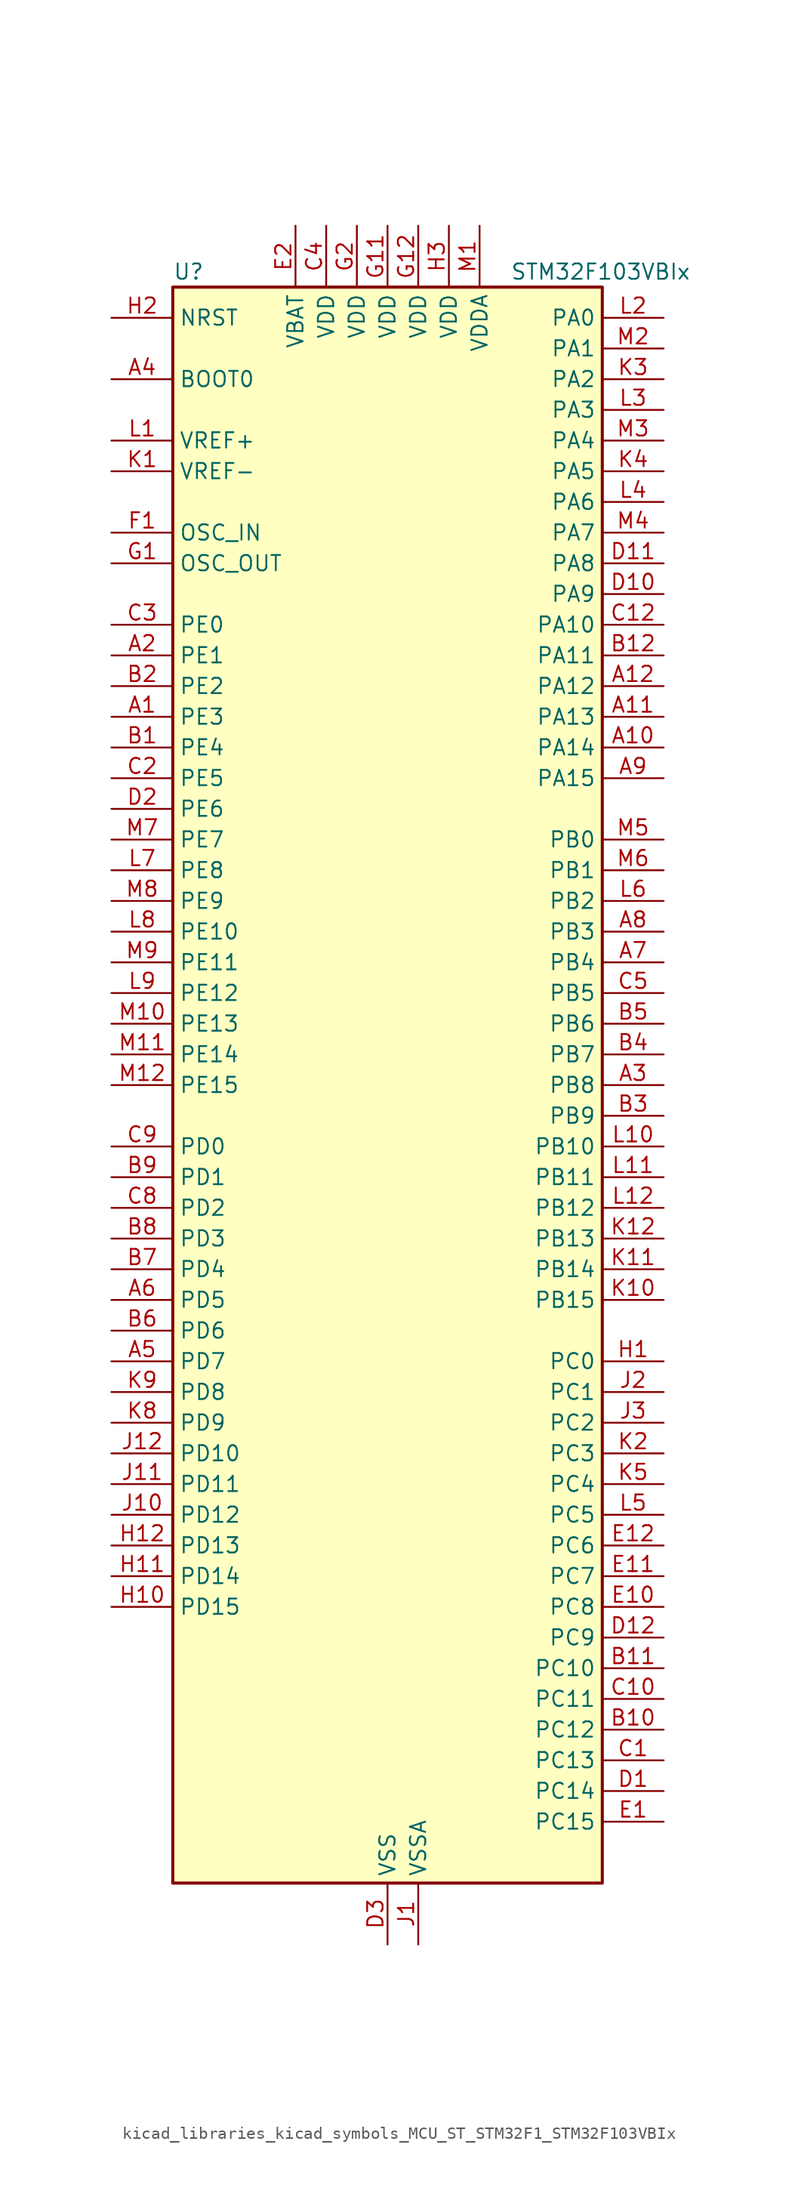
<source format=kicad_sym>
(kicad_symbol_lib
  (version 20220914)
  (generator kicad_symbol_editor)
  (symbol "kicad_libraries_kicad_symbols_MCU_ST_STM32F1_STM32F103VBIx"
    (property "Reference" "U"
      (at -17.78 67.31 0)
      (effects (font (size 1.27 1.27)) (justify left)))
    (property "Value" "STM32F103VBIx"
      (at 10.16 67.31 0)
      (effects (font (size 1.27 1.27)) (justify left)))
    (property "ki_locked" ""
      (at 0 0 0)
      (effects (font (size 1.27 1.27))))
    (symbol "kicad_libraries_kicad_symbols_MCU_ST_STM32F1_STM32F103VBIx_0_1"
      (rectangle (start -17.78 -66.04) (end 17.78 66.04) (stroke (width 0.254) (type default)) (fill (type background))))
    (symbol "kicad_libraries_kicad_symbols_MCU_ST_STM32F1_STM32F103VBIx_1_1"
      (pin bidirectional line (at -22.86 30.48 0) (length 5.08) (name "PE3" (effects (font (size 1.27 1.27)))) (number "A1" (effects (font (size 1.27 1.27)))) (alternate "SYS_TRACED0" bidirectional line))
      (pin bidirectional line (at 22.86 27.94 180) (length 5.08) (name "PA14" (effects (font (size 1.27 1.27)))) (number "A10" (effects (font (size 1.27 1.27)))) (alternate "SYS_JTCK-SWCLK" bidirectional line))
      (pin bidirectional line (at 22.86 30.48 180) (length 5.08) (name "PA13" (effects (font (size 1.27 1.27)))) (number "A11" (effects (font (size 1.27 1.27)))) (alternate "SYS_JTMS-SWDIO" bidirectional line))
      (pin bidirectional line (at 22.86 33.02 180) (length 5.08) (name "PA12" (effects (font (size 1.27 1.27)))) (number "A12" (effects (font (size 1.27 1.27)))) (alternate "CAN_TX" bidirectional line) (alternate "TIM1_ETR" bidirectional line) (alternate "USART1_RTS" bidirectional line) (alternate "USB_DP" bidirectional line))
      (pin bidirectional line (at -22.86 35.56 0) (length 5.08) (name "PE1" (effects (font (size 1.27 1.27)))) (number "A2" (effects (font (size 1.27 1.27)))))
      (pin bidirectional line (at 22.86 0 180) (length 5.08) (name "PB8" (effects (font (size 1.27 1.27)))) (number "A3" (effects (font (size 1.27 1.27)))) (alternate "CAN_RX" bidirectional line) (alternate "I2C1_SCL" bidirectional line) (alternate "TIM4_CH3" bidirectional line))
      (pin input line (at -22.86 58.42 0) (length 5.08) (name "BOOT0" (effects (font (size 1.27 1.27)))) (number "A4" (effects (font (size 1.27 1.27)))))
      (pin bidirectional line (at -22.86 -22.86 0) (length 5.08) (name "PD7" (effects (font (size 1.27 1.27)))) (number "A5" (effects (font (size 1.27 1.27)))) (alternate "USART2_CK" bidirectional line))
      (pin bidirectional line (at -22.86 -17.78 0) (length 5.08) (name "PD5" (effects (font (size 1.27 1.27)))) (number "A6" (effects (font (size 1.27 1.27)))) (alternate "USART2_TX" bidirectional line))
      (pin bidirectional line (at 22.86 10.16 180) (length 5.08) (name "PB4" (effects (font (size 1.27 1.27)))) (number "A7" (effects (font (size 1.27 1.27)))) (alternate "SPI1_MISO" bidirectional line) (alternate "SYS_NJTRST" bidirectional line) (alternate "TIM3_CH1" bidirectional line))
      (pin bidirectional line (at 22.86 12.7 180) (length 5.08) (name "PB3" (effects (font (size 1.27 1.27)))) (number "A8" (effects (font (size 1.27 1.27)))) (alternate "SPI1_SCK" bidirectional line) (alternate "SYS_JTDO-TRACESWO" bidirectional line) (alternate "TIM2_CH2" bidirectional line))
      (pin bidirectional line (at 22.86 25.4 180) (length 5.08) (name "PA15" (effects (font (size 1.27 1.27)))) (number "A9" (effects (font (size 1.27 1.27)))) (alternate "ADC1_EXTI15" bidirectional line) (alternate "ADC2_EXTI15" bidirectional line) (alternate "SPI1_NSS" bidirectional line) (alternate "SYS_JTDI" bidirectional line) (alternate "TIM2_CH1" bidirectional line) (alternate "TIM2_ETR" bidirectional line))
      (pin bidirectional line (at -22.86 27.94 0) (length 5.08) (name "PE4" (effects (font (size 1.27 1.27)))) (number "B1" (effects (font (size 1.27 1.27)))) (alternate "SYS_TRACED1" bidirectional line))
      (pin bidirectional line (at 22.86 -53.34 180) (length 5.08) (name "PC12" (effects (font (size 1.27 1.27)))) (number "B10" (effects (font (size 1.27 1.27)))) (alternate "USART3_CK" bidirectional line))
      (pin bidirectional line (at 22.86 -48.26 180) (length 5.08) (name "PC10" (effects (font (size 1.27 1.27)))) (number "B11" (effects (font (size 1.27 1.27)))) (alternate "USART3_TX" bidirectional line))
      (pin bidirectional line (at 22.86 35.56 180) (length 5.08) (name "PA11" (effects (font (size 1.27 1.27)))) (number "B12" (effects (font (size 1.27 1.27)))) (alternate "ADC1_EXTI11" bidirectional line) (alternate "ADC2_EXTI11" bidirectional line) (alternate "CAN_RX" bidirectional line) (alternate "TIM1_CH4" bidirectional line) (alternate "USART1_CTS" bidirectional line) (alternate "USB_DM" bidirectional line))
      (pin bidirectional line (at -22.86 33.02 0) (length 5.08) (name "PE2" (effects (font (size 1.27 1.27)))) (number "B2" (effects (font (size 1.27 1.27)))) (alternate "SYS_TRACECLK" bidirectional line))
      (pin bidirectional line (at 22.86 -2.54 180) (length 5.08) (name "PB9" (effects (font (size 1.27 1.27)))) (number "B3" (effects (font (size 1.27 1.27)))) (alternate "CAN_TX" bidirectional line) (alternate "I2C1_SDA" bidirectional line) (alternate "TIM4_CH4" bidirectional line))
      (pin bidirectional line (at 22.86 2.54 180) (length 5.08) (name "PB7" (effects (font (size 1.27 1.27)))) (number "B4" (effects (font (size 1.27 1.27)))) (alternate "I2C1_SDA" bidirectional line) (alternate "TIM4_CH2" bidirectional line) (alternate "USART1_RX" bidirectional line))
      (pin bidirectional line (at 22.86 5.08 180) (length 5.08) (name "PB6" (effects (font (size 1.27 1.27)))) (number "B5" (effects (font (size 1.27 1.27)))) (alternate "I2C1_SCL" bidirectional line) (alternate "TIM4_CH1" bidirectional line) (alternate "USART1_TX" bidirectional line))
      (pin bidirectional line (at -22.86 -20.32 0) (length 5.08) (name "PD6" (effects (font (size 1.27 1.27)))) (number "B6" (effects (font (size 1.27 1.27)))) (alternate "USART2_RX" bidirectional line))
      (pin bidirectional line (at -22.86 -15.24 0) (length 5.08) (name "PD4" (effects (font (size 1.27 1.27)))) (number "B7" (effects (font (size 1.27 1.27)))) (alternate "USART2_RTS" bidirectional line))
      (pin bidirectional line (at -22.86 -12.7 0) (length 5.08) (name "PD3" (effects (font (size 1.27 1.27)))) (number "B8" (effects (font (size 1.27 1.27)))) (alternate "USART2_CTS" bidirectional line))
      (pin bidirectional line (at -22.86 -7.62 0) (length 5.08) (name "PD1" (effects (font (size 1.27 1.27)))) (number "B9" (effects (font (size 1.27 1.27)))) (alternate "CAN_TX" bidirectional line))
      (pin bidirectional line (at 22.86 -55.88 180) (length 5.08) (name "PC13" (effects (font (size 1.27 1.27)))) (number "C1" (effects (font (size 1.27 1.27)))) (alternate "RTC_OUT" bidirectional line) (alternate "RTC_TAMPER" bidirectional line))
      (pin bidirectional line (at 22.86 -50.8 180) (length 5.08) (name "PC11" (effects (font (size 1.27 1.27)))) (number "C10" (effects (font (size 1.27 1.27)))) (alternate "ADC1_EXTI11" bidirectional line) (alternate "ADC2_EXTI11" bidirectional line) (alternate "USART3_RX" bidirectional line))
      (pin no_connect line (at -17.78 -66.04 0) (length 5.08) hide (name "NC" (effects (font (size 1.27 1.27)))) (number "C11" (effects (font (size 1.27 1.27)))))
      (pin bidirectional line (at 22.86 38.1 180) (length 5.08) (name "PA10" (effects (font (size 1.27 1.27)))) (number "C12" (effects (font (size 1.27 1.27)))) (alternate "TIM1_CH3" bidirectional line) (alternate "USART1_RX" bidirectional line))
      (pin bidirectional line (at -22.86 25.4 0) (length 5.08) (name "PE5" (effects (font (size 1.27 1.27)))) (number "C2" (effects (font (size 1.27 1.27)))) (alternate "SYS_TRACED2" bidirectional line))
      (pin bidirectional line (at -22.86 38.1 0) (length 5.08) (name "PE0" (effects (font (size 1.27 1.27)))) (number "C3" (effects (font (size 1.27 1.27)))) (alternate "TIM4_ETR" bidirectional line))
      (pin power_in line (at -5.08 71.12 270) (length 5.08) (name "VDD" (effects (font (size 1.27 1.27)))) (number "C4" (effects (font (size 1.27 1.27)))))
      (pin bidirectional line (at 22.86 7.62 180) (length 5.08) (name "PB5" (effects (font (size 1.27 1.27)))) (number "C5" (effects (font (size 1.27 1.27)))) (alternate "I2C1_SMBA" bidirectional line) (alternate "SPI1_MOSI" bidirectional line) (alternate "TIM3_CH2" bidirectional line))
      (pin bidirectional line (at -22.86 -10.16 0) (length 5.08) (name "PD2" (effects (font (size 1.27 1.27)))) (number "C8" (effects (font (size 1.27 1.27)))) (alternate "TIM3_ETR" bidirectional line))
      (pin bidirectional line (at -22.86 -5.08 0) (length 5.08) (name "PD0" (effects (font (size 1.27 1.27)))) (number "C9" (effects (font (size 1.27 1.27)))) (alternate "CAN_RX" bidirectional line))
      (pin bidirectional line (at 22.86 -58.42 180) (length 5.08) (name "PC14" (effects (font (size 1.27 1.27)))) (number "D1" (effects (font (size 1.27 1.27)))) (alternate "RCC_OSC32_IN" bidirectional line))
      (pin bidirectional line (at 22.86 40.64 180) (length 5.08) (name "PA9" (effects (font (size 1.27 1.27)))) (number "D10" (effects (font (size 1.27 1.27)))) (alternate "TIM1_CH2" bidirectional line) (alternate "USART1_TX" bidirectional line))
      (pin bidirectional line (at 22.86 43.18 180) (length 5.08) (name "PA8" (effects (font (size 1.27 1.27)))) (number "D11" (effects (font (size 1.27 1.27)))) (alternate "RCC_MCO" bidirectional line) (alternate "TIM1_CH1" bidirectional line) (alternate "USART1_CK" bidirectional line))
      (pin bidirectional line (at 22.86 -45.72 180) (length 5.08) (name "PC9" (effects (font (size 1.27 1.27)))) (number "D12" (effects (font (size 1.27 1.27)))) (alternate "TIM3_CH4" bidirectional line))
      (pin bidirectional line (at -22.86 22.86 0) (length 5.08) (name "PE6" (effects (font (size 1.27 1.27)))) (number "D2" (effects (font (size 1.27 1.27)))) (alternate "SYS_TRACED3" bidirectional line))
      (pin power_in line (at 0 -71.12 90) (length 5.08) (name "VSS" (effects (font (size 1.27 1.27)))) (number "D3" (effects (font (size 1.27 1.27)))))
      (pin bidirectional line (at 22.86 -60.96 180) (length 5.08) (name "PC15" (effects (font (size 1.27 1.27)))) (number "E1" (effects (font (size 1.27 1.27)))) (alternate "ADC1_EXTI15" bidirectional line) (alternate "ADC2_EXTI15" bidirectional line) (alternate "RCC_OSC32_OUT" bidirectional line))
      (pin bidirectional line (at 22.86 -43.18 180) (length 5.08) (name "PC8" (effects (font (size 1.27 1.27)))) (number "E10" (effects (font (size 1.27 1.27)))) (alternate "TIM3_CH3" bidirectional line))
      (pin bidirectional line (at 22.86 -40.64 180) (length 5.08) (name "PC7" (effects (font (size 1.27 1.27)))) (number "E11" (effects (font (size 1.27 1.27)))) (alternate "TIM3_CH2" bidirectional line))
      (pin bidirectional line (at 22.86 -38.1 180) (length 5.08) (name "PC6" (effects (font (size 1.27 1.27)))) (number "E12" (effects (font (size 1.27 1.27)))) (alternate "TIM3_CH1" bidirectional line))
      (pin power_in line (at -7.62 71.12 270) (length 5.08) (name "VBAT" (effects (font (size 1.27 1.27)))) (number "E2" (effects (font (size 1.27 1.27)))))
      (pin passive line (at 0 -71.12 90) (length 5.08) hide (name "VSS" (effects (font (size 1.27 1.27)))) (number "E3" (effects (font (size 1.27 1.27)))))
      (pin input line (at -22.86 45.72 0) (length 5.08) (name "OSC_IN" (effects (font (size 1.27 1.27)))) (number "F1" (effects (font (size 1.27 1.27)))) (alternate "RCC_OSC_IN" bidirectional line))
      (pin passive line (at 0 -71.12 90) (length 5.08) hide (name "VSS" (effects (font (size 1.27 1.27)))) (number "F11" (effects (font (size 1.27 1.27)))))
      (pin passive line (at 0 -71.12 90) (length 5.08) hide (name "VSS" (effects (font (size 1.27 1.27)))) (number "F12" (effects (font (size 1.27 1.27)))))
      (pin passive line (at 0 -71.12 90) (length 5.08) hide (name "VSS" (effects (font (size 1.27 1.27)))) (number "F2" (effects (font (size 1.27 1.27)))))
      (pin input line (at -22.86 43.18 0) (length 5.08) (name "OSC_OUT" (effects (font (size 1.27 1.27)))) (number "G1" (effects (font (size 1.27 1.27)))) (alternate "RCC_OSC_OUT" bidirectional line))
      (pin power_in line (at 0 71.12 270) (length 5.08) (name "VDD" (effects (font (size 1.27 1.27)))) (number "G11" (effects (font (size 1.27 1.27)))))
      (pin power_in line (at 2.54 71.12 270) (length 5.08) (name "VDD" (effects (font (size 1.27 1.27)))) (number "G12" (effects (font (size 1.27 1.27)))))
      (pin power_in line (at -2.54 71.12 270) (length 5.08) (name "VDD" (effects (font (size 1.27 1.27)))) (number "G2" (effects (font (size 1.27 1.27)))))
      (pin bidirectional line (at 22.86 -22.86 180) (length 5.08) (name "PC0" (effects (font (size 1.27 1.27)))) (number "H1" (effects (font (size 1.27 1.27)))) (alternate "ADC1_IN10" bidirectional line) (alternate "ADC2_IN10" bidirectional line))
      (pin bidirectional line (at -22.86 -43.18 0) (length 5.08) (name "PD15" (effects (font (size 1.27 1.27)))) (number "H10" (effects (font (size 1.27 1.27)))) (alternate "ADC1_EXTI15" bidirectional line) (alternate "ADC2_EXTI15" bidirectional line) (alternate "TIM4_CH4" bidirectional line))
      (pin bidirectional line (at -22.86 -40.64 0) (length 5.08) (name "PD14" (effects (font (size 1.27 1.27)))) (number "H11" (effects (font (size 1.27 1.27)))) (alternate "TIM4_CH3" bidirectional line))
      (pin bidirectional line (at -22.86 -38.1 0) (length 5.08) (name "PD13" (effects (font (size 1.27 1.27)))) (number "H12" (effects (font (size 1.27 1.27)))) (alternate "TIM4_CH2" bidirectional line))
      (pin input line (at -22.86 63.5 0) (length 5.08) (name "NRST" (effects (font (size 1.27 1.27)))) (number "H2" (effects (font (size 1.27 1.27)))))
      (pin power_in line (at 5.08 71.12 270) (length 5.08) (name "VDD" (effects (font (size 1.27 1.27)))) (number "H3" (effects (font (size 1.27 1.27)))))
      (pin power_in line (at 2.54 -71.12 90) (length 5.08) (name "VSSA" (effects (font (size 1.27 1.27)))) (number "J1" (effects (font (size 1.27 1.27)))))
      (pin bidirectional line (at -22.86 -35.56 0) (length 5.08) (name "PD12" (effects (font (size 1.27 1.27)))) (number "J10" (effects (font (size 1.27 1.27)))) (alternate "TIM4_CH1" bidirectional line) (alternate "USART3_RTS" bidirectional line))
      (pin bidirectional line (at -22.86 -33.02 0) (length 5.08) (name "PD11" (effects (font (size 1.27 1.27)))) (number "J11" (effects (font (size 1.27 1.27)))) (alternate "ADC1_EXTI11" bidirectional line) (alternate "ADC2_EXTI11" bidirectional line) (alternate "USART3_CTS" bidirectional line))
      (pin bidirectional line (at -22.86 -30.48 0) (length 5.08) (name "PD10" (effects (font (size 1.27 1.27)))) (number "J12" (effects (font (size 1.27 1.27)))) (alternate "USART3_CK" bidirectional line))
      (pin bidirectional line (at 22.86 -25.4 180) (length 5.08) (name "PC1" (effects (font (size 1.27 1.27)))) (number "J2" (effects (font (size 1.27 1.27)))) (alternate "ADC1_IN11" bidirectional line) (alternate "ADC2_IN11" bidirectional line))
      (pin bidirectional line (at 22.86 -27.94 180) (length 5.08) (name "PC2" (effects (font (size 1.27 1.27)))) (number "J3" (effects (font (size 1.27 1.27)))) (alternate "ADC1_IN12" bidirectional line) (alternate "ADC2_IN12" bidirectional line))
      (pin input line (at -22.86 50.8 0) (length 5.08) (name "VREF-" (effects (font (size 1.27 1.27)))) (number "K1" (effects (font (size 1.27 1.27)))))
      (pin bidirectional line (at 22.86 -17.78 180) (length 5.08) (name "PB15" (effects (font (size 1.27 1.27)))) (number "K10" (effects (font (size 1.27 1.27)))) (alternate "ADC1_EXTI15" bidirectional line) (alternate "ADC2_EXTI15" bidirectional line) (alternate "SPI2_MOSI" bidirectional line) (alternate "TIM1_CH3N" bidirectional line))
      (pin bidirectional line (at 22.86 -15.24 180) (length 5.08) (name "PB14" (effects (font (size 1.27 1.27)))) (number "K11" (effects (font (size 1.27 1.27)))) (alternate "SPI2_MISO" bidirectional line) (alternate "TIM1_CH2N" bidirectional line) (alternate "USART3_RTS" bidirectional line))
      (pin bidirectional line (at 22.86 -12.7 180) (length 5.08) (name "PB13" (effects (font (size 1.27 1.27)))) (number "K12" (effects (font (size 1.27 1.27)))) (alternate "SPI2_SCK" bidirectional line) (alternate "TIM1_CH1N" bidirectional line) (alternate "USART3_CTS" bidirectional line))
      (pin bidirectional line (at 22.86 -30.48 180) (length 5.08) (name "PC3" (effects (font (size 1.27 1.27)))) (number "K2" (effects (font (size 1.27 1.27)))) (alternate "ADC1_IN13" bidirectional line) (alternate "ADC2_IN13" bidirectional line))
      (pin bidirectional line (at 22.86 58.42 180) (length 5.08) (name "PA2" (effects (font (size 1.27 1.27)))) (number "K3" (effects (font (size 1.27 1.27)))) (alternate "ADC1_IN2" bidirectional line) (alternate "ADC2_IN2" bidirectional line) (alternate "TIM2_CH3" bidirectional line) (alternate "USART2_TX" bidirectional line))
      (pin bidirectional line (at 22.86 50.8 180) (length 5.08) (name "PA5" (effects (font (size 1.27 1.27)))) (number "K4" (effects (font (size 1.27 1.27)))) (alternate "ADC1_IN5" bidirectional line) (alternate "ADC2_IN5" bidirectional line) (alternate "SPI1_SCK" bidirectional line))
      (pin bidirectional line (at 22.86 -33.02 180) (length 5.08) (name "PC4" (effects (font (size 1.27 1.27)))) (number "K5" (effects (font (size 1.27 1.27)))) (alternate "ADC1_IN14" bidirectional line) (alternate "ADC2_IN14" bidirectional line))
      (pin bidirectional line (at -22.86 -27.94 0) (length 5.08) (name "PD9" (effects (font (size 1.27 1.27)))) (number "K8" (effects (font (size 1.27 1.27)))) (alternate "USART3_RX" bidirectional line))
      (pin bidirectional line (at -22.86 -25.4 0) (length 5.08) (name "PD8" (effects (font (size 1.27 1.27)))) (number "K9" (effects (font (size 1.27 1.27)))) (alternate "USART3_TX" bidirectional line))
      (pin input line (at -22.86 53.34 0) (length 5.08) (name "VREF+" (effects (font (size 1.27 1.27)))) (number "L1" (effects (font (size 1.27 1.27)))))
      (pin bidirectional line (at 22.86 -5.08 180) (length 5.08) (name "PB10" (effects (font (size 1.27 1.27)))) (number "L10" (effects (font (size 1.27 1.27)))) (alternate "I2C2_SCL" bidirectional line) (alternate "TIM2_CH3" bidirectional line) (alternate "USART3_TX" bidirectional line))
      (pin bidirectional line (at 22.86 -7.62 180) (length 5.08) (name "PB11" (effects (font (size 1.27 1.27)))) (number "L11" (effects (font (size 1.27 1.27)))) (alternate "ADC1_EXTI11" bidirectional line) (alternate "ADC2_EXTI11" bidirectional line) (alternate "I2C2_SDA" bidirectional line) (alternate "TIM2_CH4" bidirectional line) (alternate "USART3_RX" bidirectional line))
      (pin bidirectional line (at 22.86 -10.16 180) (length 5.08) (name "PB12" (effects (font (size 1.27 1.27)))) (number "L12" (effects (font (size 1.27 1.27)))) (alternate "I2C2_SMBA" bidirectional line) (alternate "SPI2_NSS" bidirectional line) (alternate "TIM1_BKIN" bidirectional line) (alternate "USART3_CK" bidirectional line))
      (pin bidirectional line (at 22.86 63.5 180) (length 5.08) (name "PA0" (effects (font (size 1.27 1.27)))) (number "L2" (effects (font (size 1.27 1.27)))) (alternate "ADC1_IN0" bidirectional line) (alternate "ADC2_IN0" bidirectional line) (alternate "SYS_WKUP" bidirectional line) (alternate "TIM2_CH1" bidirectional line) (alternate "TIM2_ETR" bidirectional line) (alternate "USART2_CTS" bidirectional line))
      (pin bidirectional line (at 22.86 55.88 180) (length 5.08) (name "PA3" (effects (font (size 1.27 1.27)))) (number "L3" (effects (font (size 1.27 1.27)))) (alternate "ADC1_IN3" bidirectional line) (alternate "ADC2_IN3" bidirectional line) (alternate "TIM2_CH4" bidirectional line) (alternate "USART2_RX" bidirectional line))
      (pin bidirectional line (at 22.86 48.26 180) (length 5.08) (name "PA6" (effects (font (size 1.27 1.27)))) (number "L4" (effects (font (size 1.27 1.27)))) (alternate "ADC1_IN6" bidirectional line) (alternate "ADC2_IN6" bidirectional line) (alternate "SPI1_MISO" bidirectional line) (alternate "TIM1_BKIN" bidirectional line) (alternate "TIM3_CH1" bidirectional line))
      (pin bidirectional line (at 22.86 -35.56 180) (length 5.08) (name "PC5" (effects (font (size 1.27 1.27)))) (number "L5" (effects (font (size 1.27 1.27)))) (alternate "ADC1_IN15" bidirectional line) (alternate "ADC2_IN15" bidirectional line))
      (pin bidirectional line (at 22.86 15.24 180) (length 5.08) (name "PB2" (effects (font (size 1.27 1.27)))) (number "L6" (effects (font (size 1.27 1.27)))))
      (pin bidirectional line (at -22.86 17.78 0) (length 5.08) (name "PE8" (effects (font (size 1.27 1.27)))) (number "L7" (effects (font (size 1.27 1.27)))) (alternate "TIM1_CH1N" bidirectional line))
      (pin bidirectional line (at -22.86 12.7 0) (length 5.08) (name "PE10" (effects (font (size 1.27 1.27)))) (number "L8" (effects (font (size 1.27 1.27)))) (alternate "TIM1_CH2N" bidirectional line))
      (pin bidirectional line (at -22.86 7.62 0) (length 5.08) (name "PE12" (effects (font (size 1.27 1.27)))) (number "L9" (effects (font (size 1.27 1.27)))) (alternate "TIM1_CH3N" bidirectional line))
      (pin power_in line (at 7.62 71.12 270) (length 5.08) (name "VDDA" (effects (font (size 1.27 1.27)))) (number "M1" (effects (font (size 1.27 1.27)))))
      (pin bidirectional line (at -22.86 5.08 0) (length 5.08) (name "PE13" (effects (font (size 1.27 1.27)))) (number "M10" (effects (font (size 1.27 1.27)))) (alternate "TIM1_CH3" bidirectional line))
      (pin bidirectional line (at -22.86 2.54 0) (length 5.08) (name "PE14" (effects (font (size 1.27 1.27)))) (number "M11" (effects (font (size 1.27 1.27)))) (alternate "TIM1_CH4" bidirectional line))
      (pin bidirectional line (at -22.86 0 0) (length 5.08) (name "PE15" (effects (font (size 1.27 1.27)))) (number "M12" (effects (font (size 1.27 1.27)))) (alternate "ADC1_EXTI15" bidirectional line) (alternate "ADC2_EXTI15" bidirectional line) (alternate "TIM1_BKIN" bidirectional line))
      (pin bidirectional line (at 22.86 60.96 180) (length 5.08) (name "PA1" (effects (font (size 1.27 1.27)))) (number "M2" (effects (font (size 1.27 1.27)))) (alternate "ADC1_IN1" bidirectional line) (alternate "ADC2_IN1" bidirectional line) (alternate "TIM2_CH2" bidirectional line) (alternate "USART2_RTS" bidirectional line))
      (pin bidirectional line (at 22.86 53.34 180) (length 5.08) (name "PA4" (effects (font (size 1.27 1.27)))) (number "M3" (effects (font (size 1.27 1.27)))) (alternate "ADC1_IN4" bidirectional line) (alternate "ADC2_IN4" bidirectional line) (alternate "SPI1_NSS" bidirectional line) (alternate "USART2_CK" bidirectional line))
      (pin bidirectional line (at 22.86 45.72 180) (length 5.08) (name "PA7" (effects (font (size 1.27 1.27)))) (number "M4" (effects (font (size 1.27 1.27)))) (alternate "ADC1_IN7" bidirectional line) (alternate "ADC2_IN7" bidirectional line) (alternate "SPI1_MOSI" bidirectional line) (alternate "TIM1_CH1N" bidirectional line) (alternate "TIM3_CH2" bidirectional line))
      (pin bidirectional line (at 22.86 20.32 180) (length 5.08) (name "PB0" (effects (font (size 1.27 1.27)))) (number "M5" (effects (font (size 1.27 1.27)))) (alternate "ADC1_IN8" bidirectional line) (alternate "ADC2_IN8" bidirectional line) (alternate "TIM1_CH2N" bidirectional line) (alternate "TIM3_CH3" bidirectional line))
      (pin bidirectional line (at 22.86 17.78 180) (length 5.08) (name "PB1" (effects (font (size 1.27 1.27)))) (number "M6" (effects (font (size 1.27 1.27)))) (alternate "ADC1_IN9" bidirectional line) (alternate "ADC2_IN9" bidirectional line) (alternate "TIM1_CH3N" bidirectional line) (alternate "TIM3_CH4" bidirectional line))
      (pin bidirectional line (at -22.86 20.32 0) (length 5.08) (name "PE7" (effects (font (size 1.27 1.27)))) (number "M7" (effects (font (size 1.27 1.27)))) (alternate "TIM1_ETR" bidirectional line))
      (pin bidirectional line (at -22.86 15.24 0) (length 5.08) (name "PE9" (effects (font (size 1.27 1.27)))) (number "M8" (effects (font (size 1.27 1.27)))) (alternate "TIM1_CH1" bidirectional line))
      (pin bidirectional line (at -22.86 10.16 0) (length 5.08) (name "PE11" (effects (font (size 1.27 1.27)))) (number "M9" (effects (font (size 1.27 1.27)))) (alternate "ADC1_EXTI11" bidirectional line) (alternate "ADC2_EXTI11" bidirectional line) (alternate "TIM1_CH2" bidirectional line)))))
</source>
